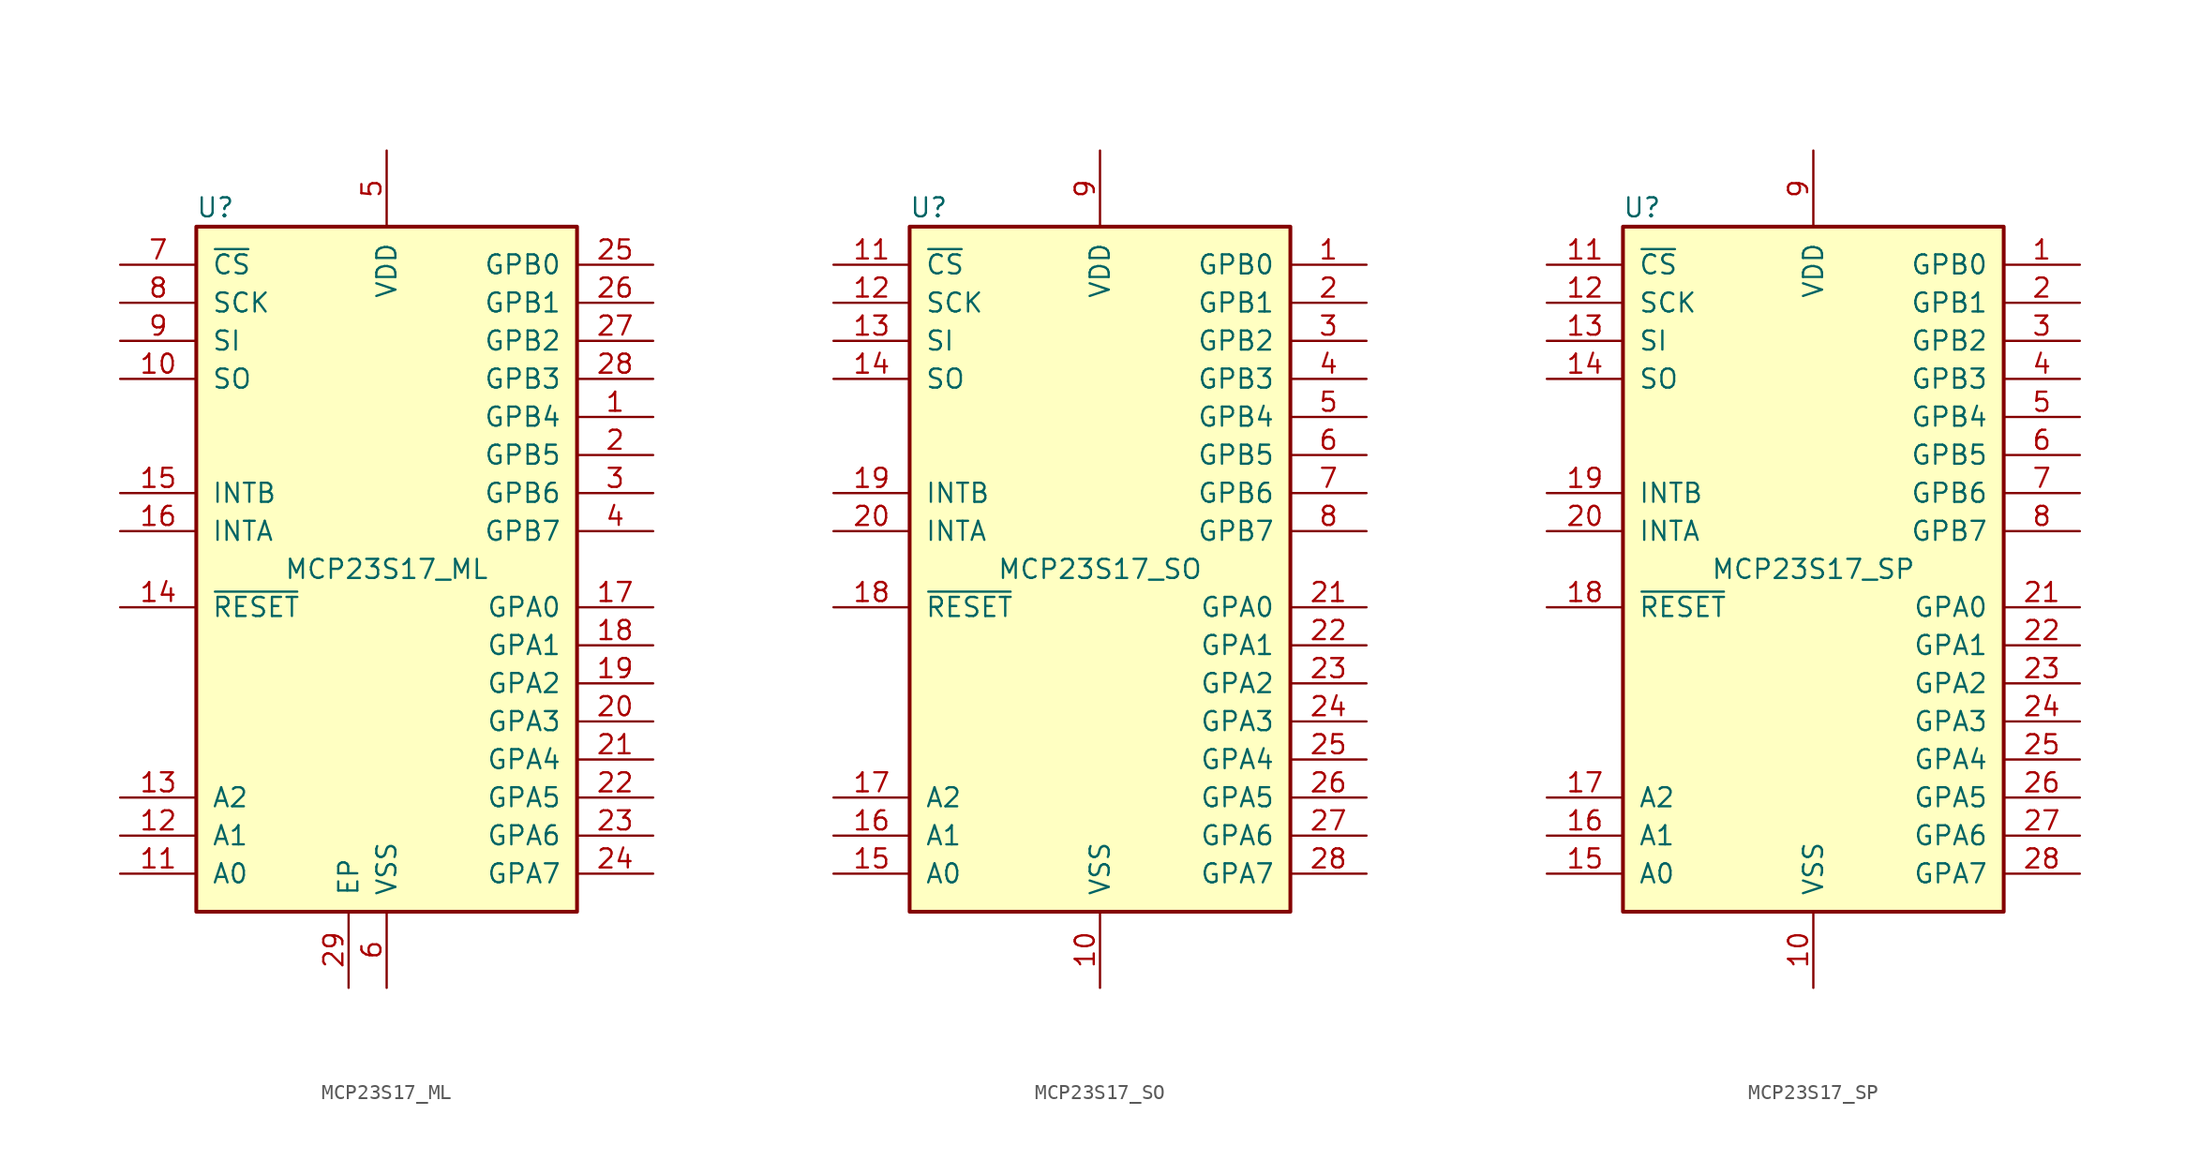
<source format=kicad_sym>
(kicad_symbol_lib
  (version 20231120)
  (generator "kicad_symbol_editor")
  (generator_version "8.0")
  (symbol "MCP23S17_ML"
    (pin_names
      (offset 1.016))
    (property "Reference" "U"
      (at -11.43 24.13 0)
      (effects (font (size 1.27 1.27))))
    (property "Value" "MCP23S17_ML"
      (at 0 0 0)
      (effects (font (size 1.27 1.27))))
    (symbol "MCP23S17_ML_0_1"
      (rectangle (start -12.7 22.86) (end 12.7 -22.86) (stroke (width 0.254) (type solid)) (fill (type background))))
    (symbol "MCP23S17_ML_1_1"
      (pin bidirectional line (at 17.78 10.16 180) (length 5.08) (name "GPB4" (effects (font (size 1.27 1.27)))) (number "1" (effects (font (size 1.27 1.27)))))
      (pin output line (at -17.78 12.7 0) (length 5.08) (name "SO" (effects (font (size 1.27 1.27)))) (number "10" (effects (font (size 1.27 1.27)))))
      (pin input line (at -17.78 -20.32 0) (length 5.08) (name "A0" (effects (font (size 1.27 1.27)))) (number "11" (effects (font (size 1.27 1.27)))))
      (pin input line (at -17.78 -17.78 0) (length 5.08) (name "A1" (effects (font (size 1.27 1.27)))) (number "12" (effects (font (size 1.27 1.27)))))
      (pin input line (at -17.78 -15.24 0) (length 5.08) (name "A2" (effects (font (size 1.27 1.27)))) (number "13" (effects (font (size 1.27 1.27)))))
      (pin input line (at -17.78 -2.54 0) (length 5.08) (name "~{RESET}" (effects (font (size 1.27 1.27)))) (number "14" (effects (font (size 1.27 1.27)))))
      (pin tri_state line (at -17.78 5.08 0) (length 5.08) (name "INTB" (effects (font (size 1.27 1.27)))) (number "15" (effects (font (size 1.27 1.27)))))
      (pin tri_state line (at -17.78 2.54 0) (length 5.08) (name "INTA" (effects (font (size 1.27 1.27)))) (number "16" (effects (font (size 1.27 1.27)))))
      (pin bidirectional line (at 17.78 -2.54 180) (length 5.08) (name "GPA0" (effects (font (size 1.27 1.27)))) (number "17" (effects (font (size 1.27 1.27)))))
      (pin bidirectional line (at 17.78 -5.08 180) (length 5.08) (name "GPA1" (effects (font (size 1.27 1.27)))) (number "18" (effects (font (size 1.27 1.27)))))
      (pin bidirectional line (at 17.78 -7.62 180) (length 5.08) (name "GPA2" (effects (font (size 1.27 1.27)))) (number "19" (effects (font (size 1.27 1.27)))))
      (pin bidirectional line (at 17.78 7.62 180) (length 5.08) (name "GPB5" (effects (font (size 1.27 1.27)))) (number "2" (effects (font (size 1.27 1.27)))))
      (pin bidirectional line (at 17.78 -10.16 180) (length 5.08) (name "GPA3" (effects (font (size 1.27 1.27)))) (number "20" (effects (font (size 1.27 1.27)))))
      (pin bidirectional line (at 17.78 -12.7 180) (length 5.08) (name "GPA4" (effects (font (size 1.27 1.27)))) (number "21" (effects (font (size 1.27 1.27)))))
      (pin bidirectional line (at 17.78 -15.24 180) (length 5.08) (name "GPA5" (effects (font (size 1.27 1.27)))) (number "22" (effects (font (size 1.27 1.27)))))
      (pin bidirectional line (at 17.78 -17.78 180) (length 5.08) (name "GPA6" (effects (font (size 1.27 1.27)))) (number "23" (effects (font (size 1.27 1.27)))))
      (pin bidirectional line (at 17.78 -20.32 180) (length 5.08) (name "GPA7" (effects (font (size 1.27 1.27)))) (number "24" (effects (font (size 1.27 1.27)))))
      (pin bidirectional line (at 17.78 20.32 180) (length 5.08) (name "GPB0" (effects (font (size 1.27 1.27)))) (number "25" (effects (font (size 1.27 1.27)))))
      (pin bidirectional line (at 17.78 17.78 180) (length 5.08) (name "GPB1" (effects (font (size 1.27 1.27)))) (number "26" (effects (font (size 1.27 1.27)))))
      (pin bidirectional line (at 17.78 15.24 180) (length 5.08) (name "GPB2" (effects (font (size 1.27 1.27)))) (number "27" (effects (font (size 1.27 1.27)))))
      (pin bidirectional line (at 17.78 12.7 180) (length 5.08) (name "GPB3" (effects (font (size 1.27 1.27)))) (number "28" (effects (font (size 1.27 1.27)))))
      (pin passive line (at -2.54 -27.94 90) (length 5.08) (name "EP" (effects (font (size 1.27 1.27)))) (number "29" (effects (font (size 1.27 1.27)))))
      (pin bidirectional line (at 17.78 5.08 180) (length 5.08) (name "GPB6" (effects (font (size 1.27 1.27)))) (number "3" (effects (font (size 1.27 1.27)))))
      (pin bidirectional line (at 17.78 2.54 180) (length 5.08) (name "GPB7" (effects (font (size 1.27 1.27)))) (number "4" (effects (font (size 1.27 1.27)))))
      (pin power_in line (at 0 27.94 270) (length 5.08) (name "VDD" (effects (font (size 1.27 1.27)))) (number "5" (effects (font (size 1.27 1.27)))))
      (pin power_in line (at 0 -27.94 90) (length 5.08) (name "VSS" (effects (font (size 1.27 1.27)))) (number "6" (effects (font (size 1.27 1.27)))))
      (pin input line (at -17.78 20.32 0) (length 5.08) (name "~{CS}" (effects (font (size 1.27 1.27)))) (number "7" (effects (font (size 1.27 1.27)))))
      (pin input line (at -17.78 17.78 0) (length 5.08) (name "SCK" (effects (font (size 1.27 1.27)))) (number "8" (effects (font (size 1.27 1.27)))))
      (pin input line (at -17.78 15.24 0) (length 5.08) (name "SI" (effects (font (size 1.27 1.27)))) (number "9" (effects (font (size 1.27 1.27)))))))
  (symbol "MCP23S17_SO"
    (pin_names
      (offset 1.016))
    (property "Reference" "U"
      (at -11.43 24.13 0)
      (effects (font (size 1.27 1.27))))
    (property "Value" "MCP23S17_SO"
      (at 0 0 0)
      (effects (font (size 1.27 1.27))))
    (symbol "MCP23S17_SO_0_1"
      (rectangle (start -12.7 22.86) (end 12.7 -22.86) (stroke (width 0.254) (type solid)) (fill (type background))))
    (symbol "MCP23S17_SO_1_1"
      (pin bidirectional line (at 17.78 20.32 180) (length 5.08) (name "GPB0" (effects (font (size 1.27 1.27)))) (number "1" (effects (font (size 1.27 1.27)))))
      (pin power_in line (at 0 -27.94 90) (length 5.08) (name "VSS" (effects (font (size 1.27 1.27)))) (number "10" (effects (font (size 1.27 1.27)))))
      (pin input line (at -17.78 20.32 0) (length 5.08) (name "~{CS}" (effects (font (size 1.27 1.27)))) (number "11" (effects (font (size 1.27 1.27)))))
      (pin input line (at -17.78 17.78 0) (length 5.08) (name "SCK" (effects (font (size 1.27 1.27)))) (number "12" (effects (font (size 1.27 1.27)))))
      (pin input line (at -17.78 15.24 0) (length 5.08) (name "SI" (effects (font (size 1.27 1.27)))) (number "13" (effects (font (size 1.27 1.27)))))
      (pin output line (at -17.78 12.7 0) (length 5.08) (name "SO" (effects (font (size 1.27 1.27)))) (number "14" (effects (font (size 1.27 1.27)))))
      (pin input line (at -17.78 -20.32 0) (length 5.08) (name "A0" (effects (font (size 1.27 1.27)))) (number "15" (effects (font (size 1.27 1.27)))))
      (pin input line (at -17.78 -17.78 0) (length 5.08) (name "A1" (effects (font (size 1.27 1.27)))) (number "16" (effects (font (size 1.27 1.27)))))
      (pin input line (at -17.78 -15.24 0) (length 5.08) (name "A2" (effects (font (size 1.27 1.27)))) (number "17" (effects (font (size 1.27 1.27)))))
      (pin input line (at -17.78 -2.54 0) (length 5.08) (name "~{RESET}" (effects (font (size 1.27 1.27)))) (number "18" (effects (font (size 1.27 1.27)))))
      (pin tri_state line (at -17.78 5.08 0) (length 5.08) (name "INTB" (effects (font (size 1.27 1.27)))) (number "19" (effects (font (size 1.27 1.27)))))
      (pin bidirectional line (at 17.78 17.78 180) (length 5.08) (name "GPB1" (effects (font (size 1.27 1.27)))) (number "2" (effects (font (size 1.27 1.27)))))
      (pin tri_state line (at -17.78 2.54 0) (length 5.08) (name "INTA" (effects (font (size 1.27 1.27)))) (number "20" (effects (font (size 1.27 1.27)))))
      (pin bidirectional line (at 17.78 -2.54 180) (length 5.08) (name "GPA0" (effects (font (size 1.27 1.27)))) (number "21" (effects (font (size 1.27 1.27)))))
      (pin bidirectional line (at 17.78 -5.08 180) (length 5.08) (name "GPA1" (effects (font (size 1.27 1.27)))) (number "22" (effects (font (size 1.27 1.27)))))
      (pin bidirectional line (at 17.78 -7.62 180) (length 5.08) (name "GPA2" (effects (font (size 1.27 1.27)))) (number "23" (effects (font (size 1.27 1.27)))))
      (pin bidirectional line (at 17.78 -10.16 180) (length 5.08) (name "GPA3" (effects (font (size 1.27 1.27)))) (number "24" (effects (font (size 1.27 1.27)))))
      (pin bidirectional line (at 17.78 -12.7 180) (length 5.08) (name "GPA4" (effects (font (size 1.27 1.27)))) (number "25" (effects (font (size 1.27 1.27)))))
      (pin bidirectional line (at 17.78 -15.24 180) (length 5.08) (name "GPA5" (effects (font (size 1.27 1.27)))) (number "26" (effects (font (size 1.27 1.27)))))
      (pin bidirectional line (at 17.78 -17.78 180) (length 5.08) (name "GPA6" (effects (font (size 1.27 1.27)))) (number "27" (effects (font (size 1.27 1.27)))))
      (pin bidirectional line (at 17.78 -20.32 180) (length 5.08) (name "GPA7" (effects (font (size 1.27 1.27)))) (number "28" (effects (font (size 1.27 1.27)))))
      (pin bidirectional line (at 17.78 15.24 180) (length 5.08) (name "GPB2" (effects (font (size 1.27 1.27)))) (number "3" (effects (font (size 1.27 1.27)))))
      (pin bidirectional line (at 17.78 12.7 180) (length 5.08) (name "GPB3" (effects (font (size 1.27 1.27)))) (number "4" (effects (font (size 1.27 1.27)))))
      (pin bidirectional line (at 17.78 10.16 180) (length 5.08) (name "GPB4" (effects (font (size 1.27 1.27)))) (number "5" (effects (font (size 1.27 1.27)))))
      (pin bidirectional line (at 17.78 7.62 180) (length 5.08) (name "GPB5" (effects (font (size 1.27 1.27)))) (number "6" (effects (font (size 1.27 1.27)))))
      (pin bidirectional line (at 17.78 5.08 180) (length 5.08) (name "GPB6" (effects (font (size 1.27 1.27)))) (number "7" (effects (font (size 1.27 1.27)))))
      (pin bidirectional line (at 17.78 2.54 180) (length 5.08) (name "GPB7" (effects (font (size 1.27 1.27)))) (number "8" (effects (font (size 1.27 1.27)))))
      (pin power_in line (at 0 27.94 270) (length 5.08) (name "VDD" (effects (font (size 1.27 1.27)))) (number "9" (effects (font (size 1.27 1.27)))))))
  (symbol "MCP23S17_SP"
    (pin_names
      (offset 1.016))
    (property "Reference" "U"
      (at -11.43 24.13 0)
      (effects (font (size 1.27 1.27))))
    (property "Value" "MCP23S17_SP"
      (at 0 0 0)
      (effects (font (size 1.27 1.27))))
    (symbol "MCP23S17_SP_0_1"
      (rectangle (start -12.7 22.86) (end 12.7 -22.86) (stroke (width 0.254) (type solid)) (fill (type background))))
    (symbol "MCP23S17_SP_1_1"
      (pin bidirectional line (at 17.78 20.32 180) (length 5.08) (name "GPB0" (effects (font (size 1.27 1.27)))) (number "1" (effects (font (size 1.27 1.27)))))
      (pin power_in line (at 0 -27.94 90) (length 5.08) (name "VSS" (effects (font (size 1.27 1.27)))) (number "10" (effects (font (size 1.27 1.27)))))
      (pin input line (at -17.78 20.32 0) (length 5.08) (name "~{CS}" (effects (font (size 1.27 1.27)))) (number "11" (effects (font (size 1.27 1.27)))))
      (pin input line (at -17.78 17.78 0) (length 5.08) (name "SCK" (effects (font (size 1.27 1.27)))) (number "12" (effects (font (size 1.27 1.27)))))
      (pin input line (at -17.78 15.24 0) (length 5.08) (name "SI" (effects (font (size 1.27 1.27)))) (number "13" (effects (font (size 1.27 1.27)))))
      (pin output line (at -17.78 12.7 0) (length 5.08) (name "SO" (effects (font (size 1.27 1.27)))) (number "14" (effects (font (size 1.27 1.27)))))
      (pin input line (at -17.78 -20.32 0) (length 5.08) (name "A0" (effects (font (size 1.27 1.27)))) (number "15" (effects (font (size 1.27 1.27)))))
      (pin input line (at -17.78 -17.78 0) (length 5.08) (name "A1" (effects (font (size 1.27 1.27)))) (number "16" (effects (font (size 1.27 1.27)))))
      (pin input line (at -17.78 -15.24 0) (length 5.08) (name "A2" (effects (font (size 1.27 1.27)))) (number "17" (effects (font (size 1.27 1.27)))))
      (pin input line (at -17.78 -2.54 0) (length 5.08) (name "~{RESET}" (effects (font (size 1.27 1.27)))) (number "18" (effects (font (size 1.27 1.27)))))
      (pin tri_state line (at -17.78 5.08 0) (length 5.08) (name "INTB" (effects (font (size 1.27 1.27)))) (number "19" (effects (font (size 1.27 1.27)))))
      (pin bidirectional line (at 17.78 17.78 180) (length 5.08) (name "GPB1" (effects (font (size 1.27 1.27)))) (number "2" (effects (font (size 1.27 1.27)))))
      (pin tri_state line (at -17.78 2.54 0) (length 5.08) (name "INTA" (effects (font (size 1.27 1.27)))) (number "20" (effects (font (size 1.27 1.27)))))
      (pin bidirectional line (at 17.78 -2.54 180) (length 5.08) (name "GPA0" (effects (font (size 1.27 1.27)))) (number "21" (effects (font (size 1.27 1.27)))))
      (pin bidirectional line (at 17.78 -5.08 180) (length 5.08) (name "GPA1" (effects (font (size 1.27 1.27)))) (number "22" (effects (font (size 1.27 1.27)))))
      (pin bidirectional line (at 17.78 -7.62 180) (length 5.08) (name "GPA2" (effects (font (size 1.27 1.27)))) (number "23" (effects (font (size 1.27 1.27)))))
      (pin bidirectional line (at 17.78 -10.16 180) (length 5.08) (name "GPA3" (effects (font (size 1.27 1.27)))) (number "24" (effects (font (size 1.27 1.27)))))
      (pin bidirectional line (at 17.78 -12.7 180) (length 5.08) (name "GPA4" (effects (font (size 1.27 1.27)))) (number "25" (effects (font (size 1.27 1.27)))))
      (pin bidirectional line (at 17.78 -15.24 180) (length 5.08) (name "GPA5" (effects (font (size 1.27 1.27)))) (number "26" (effects (font (size 1.27 1.27)))))
      (pin bidirectional line (at 17.78 -17.78 180) (length 5.08) (name "GPA6" (effects (font (size 1.27 1.27)))) (number "27" (effects (font (size 1.27 1.27)))))
      (pin bidirectional line (at 17.78 -20.32 180) (length 5.08) (name "GPA7" (effects (font (size 1.27 1.27)))) (number "28" (effects (font (size 1.27 1.27)))))
      (pin bidirectional line (at 17.78 15.24 180) (length 5.08) (name "GPB2" (effects (font (size 1.27 1.27)))) (number "3" (effects (font (size 1.27 1.27)))))
      (pin bidirectional line (at 17.78 12.7 180) (length 5.08) (name "GPB3" (effects (font (size 1.27 1.27)))) (number "4" (effects (font (size 1.27 1.27)))))
      (pin bidirectional line (at 17.78 10.16 180) (length 5.08) (name "GPB4" (effects (font (size 1.27 1.27)))) (number "5" (effects (font (size 1.27 1.27)))))
      (pin bidirectional line (at 17.78 7.62 180) (length 5.08) (name "GPB5" (effects (font (size 1.27 1.27)))) (number "6" (effects (font (size 1.27 1.27)))))
      (pin bidirectional line (at 17.78 5.08 180) (length 5.08) (name "GPB6" (effects (font (size 1.27 1.27)))) (number "7" (effects (font (size 1.27 1.27)))))
      (pin bidirectional line (at 17.78 2.54 180) (length 5.08) (name "GPB7" (effects (font (size 1.27 1.27)))) (number "8" (effects (font (size 1.27 1.27)))))
      (pin power_in line (at 0 27.94 270) (length 5.08) (name "VDD" (effects (font (size 1.27 1.27)))) (number "9" (effects (font (size 1.27 1.27))))))))
</source>
